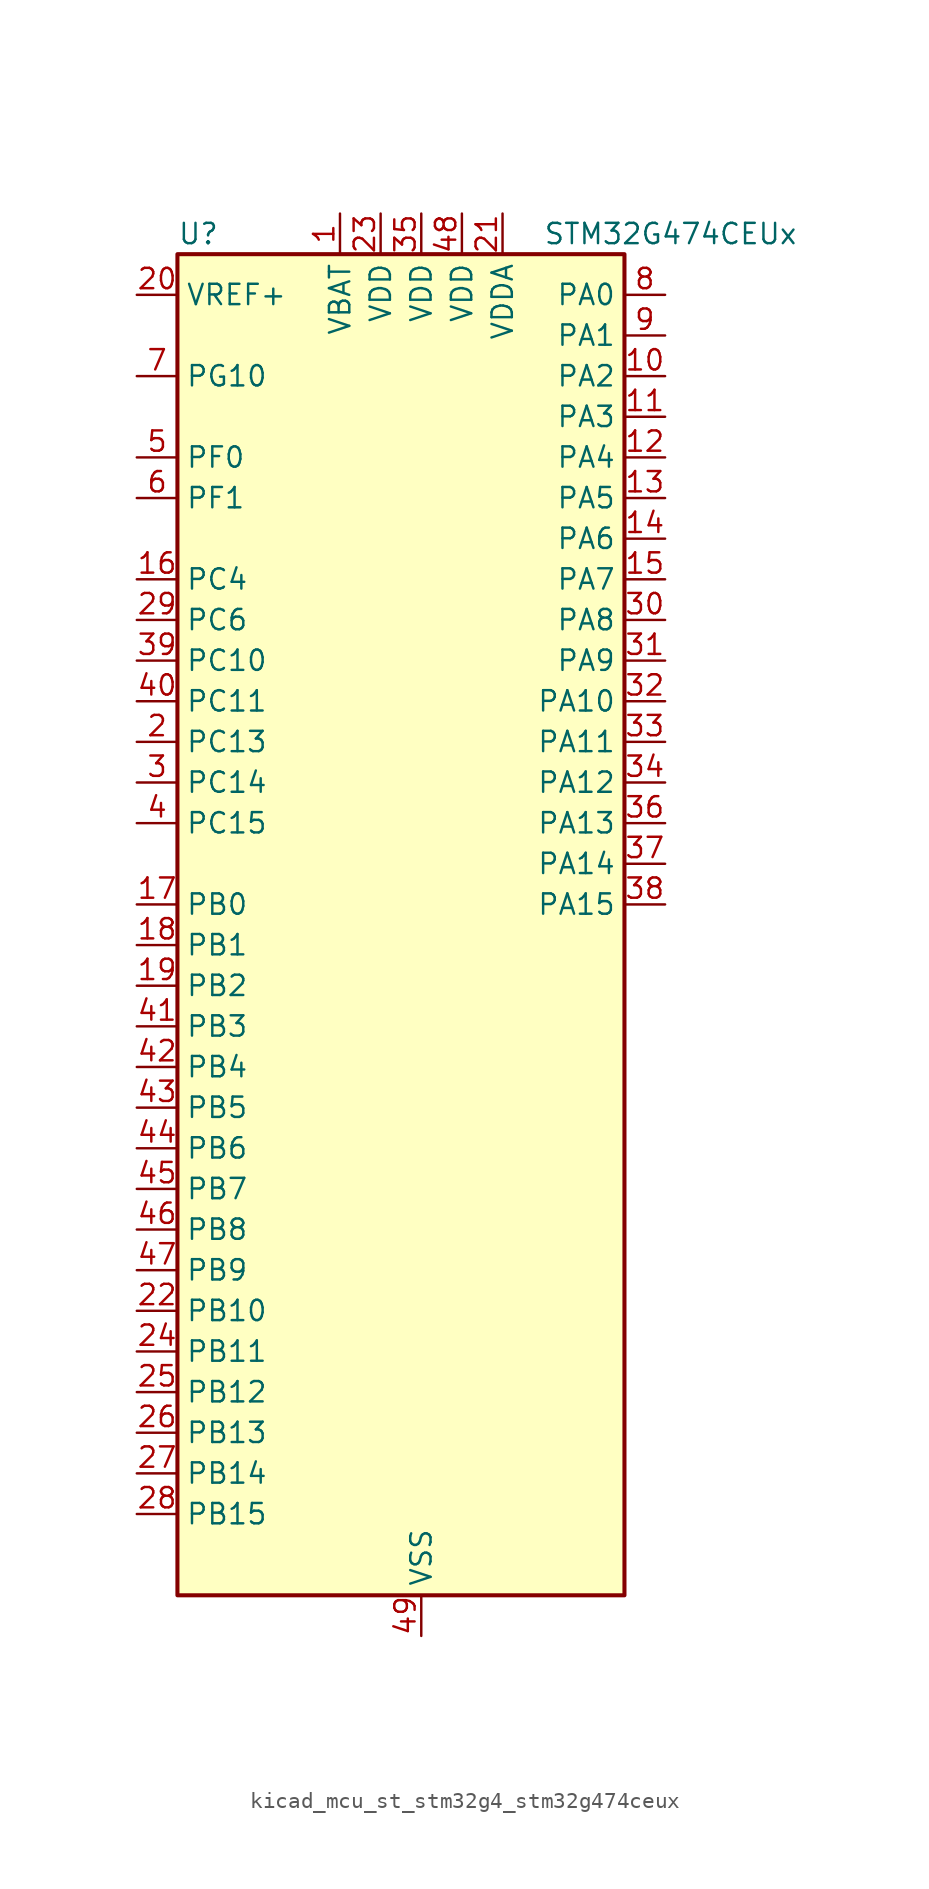
<source format=kicad_sym>
(kicad_symbol_lib
  (version 20220914)
  (generator kicad_symbol_editor)
  (symbol "kicad_mcu_st_stm32g4_stm32g474ceux"
    (property "Reference" "U"
      (at -12.7 44.45 0)
      (effects (font (size 1.27 1.27)) (justify left)))
    (property "Value" "STM32G474CEUx"
      (at 10.16 44.45 0)
      (effects (font (size 1.27 1.27)) (justify left)))
    (property "ki_locked" ""
      (at 0 0 0)
      (effects (font (size 1.27 1.27))))
    (symbol "kicad_mcu_st_stm32g4_stm32g474ceux_0_1"
      (rectangle (start -12.7 -40.64) (end 15.24 43.18) (stroke (width 0.254) (type default)) (fill (type background))))
    (symbol "kicad_mcu_st_stm32g4_stm32g474ceux_1_1"
      (pin power_in line (at -2.54 45.72 270) (length 2.54) (name "VBAT" (effects (font (size 1.27 1.27)))) (number "1" (effects (font (size 1.27 1.27)))))
      (pin bidirectional line (at 17.78 35.56 180) (length 2.54) (name "PA2" (effects (font (size 1.27 1.27)))) (number "10" (effects (font (size 1.27 1.27)))) (alternate "ADC1_IN3" bidirectional line) (alternate "ADC3_EXTI2" bidirectional line) (alternate "ADC4_EXTI2" bidirectional line) (alternate "ADC5_EXTI2" bidirectional line) (alternate "COMP2_INM" bidirectional line) (alternate "COMP2_OUT" bidirectional line) (alternate "LPUART1_TX" bidirectional line) (alternate "OPAMP1_VOUT" bidirectional line) (alternate "QUADSPI1_BK1_NCS" bidirectional line) (alternate "RCC_LSCO" bidirectional line) (alternate "SYS_WKUP4" bidirectional line) (alternate "TIM15_CH1" bidirectional line) (alternate "TIM2_CH3" bidirectional line) (alternate "TIM5_CH3" bidirectional line) (alternate "UCPD1_FRSTX1" bidirectional line) (alternate "UCPD1_FRSTX2" bidirectional line) (alternate "USART2_TX" bidirectional line))
      (pin bidirectional line (at 17.78 33.02 180) (length 2.54) (name "PA3" (effects (font (size 1.27 1.27)))) (number "11" (effects (font (size 1.27 1.27)))) (alternate "ADC1_IN4" bidirectional line) (alternate "ADC3_EXTI3" bidirectional line) (alternate "ADC4_EXTI3" bidirectional line) (alternate "ADC5_EXTI3" bidirectional line) (alternate "COMP2_INP" bidirectional line) (alternate "LPUART1_RX" bidirectional line) (alternate "OPAMP1_VINM" bidirectional line) (alternate "OPAMP1_VINM0" bidirectional line) (alternate "OPAMP1_VINM_SEC" bidirectional line) (alternate "OPAMP1_VINP" bidirectional line) (alternate "OPAMP1_VINP_SEC" bidirectional line) (alternate "OPAMP5_VINM" bidirectional line) (alternate "OPAMP5_VINM1" bidirectional line) (alternate "OPAMP5_VINM_SEC" bidirectional line) (alternate "QUADSPI1_CLK" bidirectional line) (alternate "SAI1_CK1" bidirectional line) (alternate "SAI1_MCLK_A" bidirectional line) (alternate "TIM15_CH2" bidirectional line) (alternate "TIM2_CH4" bidirectional line) (alternate "TIM5_CH4" bidirectional line) (alternate "USART2_RX" bidirectional line))
      (pin bidirectional line (at 17.78 30.48 180) (length 2.54) (name "PA4" (effects (font (size 1.27 1.27)))) (number "12" (effects (font (size 1.27 1.27)))) (alternate "ADC2_IN17" bidirectional line) (alternate "COMP1_INM" bidirectional line) (alternate "DAC1_OUT1" bidirectional line) (alternate "I2S3_WS" bidirectional line) (alternate "SAI1_FS_B" bidirectional line) (alternate "SPI1_NSS" bidirectional line) (alternate "SPI3_NSS" bidirectional line) (alternate "TIM3_CH2" bidirectional line) (alternate "USART2_CK" bidirectional line))
      (pin bidirectional line (at 17.78 27.94 180) (length 2.54) (name "PA5" (effects (font (size 1.27 1.27)))) (number "13" (effects (font (size 1.27 1.27)))) (alternate "ADC2_IN13" bidirectional line) (alternate "COMP2_INM" bidirectional line) (alternate "DAC1_OUT2" bidirectional line) (alternate "OPAMP2_VINM" bidirectional line) (alternate "OPAMP2_VINM0" bidirectional line) (alternate "OPAMP2_VINM_SEC" bidirectional line) (alternate "SPI1_SCK" bidirectional line) (alternate "TIM2_CH1" bidirectional line) (alternate "TIM2_ETR" bidirectional line) (alternate "UCPD1_FRSTX1" bidirectional line) (alternate "UCPD1_FRSTX2" bidirectional line))
      (pin bidirectional line (at 17.78 25.4 180) (length 2.54) (name "PA6" (effects (font (size 1.27 1.27)))) (number "14" (effects (font (size 1.27 1.27)))) (alternate "ADC2_IN3" bidirectional line) (alternate "COMP1_OUT" bidirectional line) (alternate "DAC2_OUT1" bidirectional line) (alternate "LPUART1_CTS" bidirectional line) (alternate "OPAMP2_VOUT" bidirectional line) (alternate "QUADSPI1_BK1_IO3" bidirectional line) (alternate "SPI1_MISO" bidirectional line) (alternate "TIM16_CH1" bidirectional line) (alternate "TIM1_BKIN" bidirectional line) (alternate "TIM3_CH1" bidirectional line) (alternate "TIM8_BKIN" bidirectional line))
      (pin bidirectional line (at 17.78 22.86 180) (length 2.54) (name "PA7" (effects (font (size 1.27 1.27)))) (number "15" (effects (font (size 1.27 1.27)))) (alternate "ADC2_IN4" bidirectional line) (alternate "COMP2_INP" bidirectional line) (alternate "COMP2_OUT" bidirectional line) (alternate "OPAMP1_VINP" bidirectional line) (alternate "OPAMP1_VINP_SEC" bidirectional line) (alternate "OPAMP2_VINP" bidirectional line) (alternate "OPAMP2_VINP_SEC" bidirectional line) (alternate "QUADSPI1_BK1_IO2" bidirectional line) (alternate "SPI1_MOSI" bidirectional line) (alternate "TIM17_CH1" bidirectional line) (alternate "TIM1_CH1N" bidirectional line) (alternate "TIM3_CH2" bidirectional line) (alternate "TIM8_CH1N" bidirectional line) (alternate "UCPD1_FRSTX1" bidirectional line) (alternate "UCPD1_FRSTX2" bidirectional line))
      (pin bidirectional line (at -15.24 22.86 0) (length 2.54) (name "PC4" (effects (font (size 1.27 1.27)))) (number "16" (effects (font (size 1.27 1.27)))) (alternate "ADC2_IN5" bidirectional line) (alternate "I2C2_SCL" bidirectional line) (alternate "QUADSPI1_BK2_IO3" bidirectional line) (alternate "TIM1_ETR" bidirectional line) (alternate "USART1_TX" bidirectional line))
      (pin bidirectional line (at -15.24 2.54 0) (length 2.54) (name "PB0" (effects (font (size 1.27 1.27)))) (number "17" (effects (font (size 1.27 1.27)))) (alternate "ADC1_IN15" bidirectional line) (alternate "ADC3_IN12" bidirectional line) (alternate "COMP4_INP" bidirectional line) (alternate "HRTIM1_FLT5" bidirectional line) (alternate "OPAMP2_VINP" bidirectional line) (alternate "OPAMP2_VINP_SEC" bidirectional line) (alternate "OPAMP3_VINP" bidirectional line) (alternate "OPAMP3_VINP_SEC" bidirectional line) (alternate "QUADSPI1_BK1_IO1" bidirectional line) (alternate "TIM1_CH2N" bidirectional line) (alternate "TIM3_CH3" bidirectional line) (alternate "TIM8_CH2N" bidirectional line) (alternate "UCPD1_FRSTX1" bidirectional line) (alternate "UCPD1_FRSTX2" bidirectional line))
      (pin bidirectional line (at -15.24 0 0) (length 2.54) (name "PB1" (effects (font (size 1.27 1.27)))) (number "18" (effects (font (size 1.27 1.27)))) (alternate "ADC1_IN12" bidirectional line) (alternate "ADC3_IN1" bidirectional line) (alternate "COMP1_INP" bidirectional line) (alternate "COMP4_OUT" bidirectional line) (alternate "HRTIM1_SCOUT" bidirectional line) (alternate "LPUART1_DE" bidirectional line) (alternate "LPUART1_RTS" bidirectional line) (alternate "OPAMP3_VOUT" bidirectional line) (alternate "OPAMP6_VINM" bidirectional line) (alternate "OPAMP6_VINM1" bidirectional line) (alternate "OPAMP6_VINM_SEC" bidirectional line) (alternate "QUADSPI1_BK1_IO0" bidirectional line) (alternate "TIM1_CH3N" bidirectional line) (alternate "TIM3_CH4" bidirectional line) (alternate "TIM8_CH3N" bidirectional line))
      (pin bidirectional line (at -15.24 -2.54 0) (length 2.54) (name "PB2" (effects (font (size 1.27 1.27)))) (number "19" (effects (font (size 1.27 1.27)))) (alternate "ADC2_IN12" bidirectional line) (alternate "ADC3_EXTI2" bidirectional line) (alternate "ADC4_EXTI2" bidirectional line) (alternate "ADC5_EXTI2" bidirectional line) (alternate "COMP4_INM" bidirectional line) (alternate "HRTIM1_SCIN" bidirectional line) (alternate "I2C3_SMBA" bidirectional line) (alternate "LPTIM1_OUT" bidirectional line) (alternate "OPAMP3_VINM" bidirectional line) (alternate "OPAMP3_VINM0" bidirectional line) (alternate "OPAMP3_VINM_SEC" bidirectional line) (alternate "QUADSPI1_BK2_IO1" bidirectional line) (alternate "RTC_OUT2" bidirectional line) (alternate "TIM20_CH1" bidirectional line) (alternate "TIM5_CH1" bidirectional line))
      (pin bidirectional line (at -15.24 12.7 0) (length 2.54) (name "PC13" (effects (font (size 1.27 1.27)))) (number "2" (effects (font (size 1.27 1.27)))) (alternate "RTC_OUT1" bidirectional line) (alternate "RTC_TAMP1" bidirectional line) (alternate "RTC_TS" bidirectional line) (alternate "SYS_WKUP2" bidirectional line) (alternate "TIM1_BKIN" bidirectional line) (alternate "TIM1_CH1N" bidirectional line) (alternate "TIM8_CH4N" bidirectional line))
      (pin input line (at -15.24 40.64 0) (length 2.54) (name "VREF+" (effects (font (size 1.27 1.27)))) (number "20" (effects (font (size 1.27 1.27)))) (alternate "VREFBUF_OUT" bidirectional line))
      (pin power_in line (at 7.62 45.72 270) (length 2.54) (name "VDDA" (effects (font (size 1.27 1.27)))) (number "21" (effects (font (size 1.27 1.27)))))
      (pin bidirectional line (at -15.24 -22.86 0) (length 2.54) (name "PB10" (effects (font (size 1.27 1.27)))) (number "22" (effects (font (size 1.27 1.27)))) (alternate "COMP5_INM" bidirectional line) (alternate "DAC1_EXTI10" bidirectional line) (alternate "DAC2_EXTI10" bidirectional line) (alternate "DAC3_EXTI10" bidirectional line) (alternate "DAC4_EXTI10" bidirectional line) (alternate "HRTIM1_FLT3" bidirectional line) (alternate "LPUART1_RX" bidirectional line) (alternate "OPAMP3_VINM" bidirectional line) (alternate "OPAMP3_VINM1" bidirectional line) (alternate "OPAMP3_VINM_SEC" bidirectional line) (alternate "OPAMP4_VINM" bidirectional line) (alternate "OPAMP4_VINM0" bidirectional line) (alternate "OPAMP4_VINM_SEC" bidirectional line) (alternate "QUADSPI1_CLK" bidirectional line) (alternate "SAI1_SCK_A" bidirectional line) (alternate "TIM1_BKIN" bidirectional line) (alternate "TIM2_CH3" bidirectional line) (alternate "USART3_TX" bidirectional line))
      (pin power_in line (at 0 45.72 270) (length 2.54) (name "VDD" (effects (font (size 1.27 1.27)))) (number "23" (effects (font (size 1.27 1.27)))))
      (pin bidirectional line (at -15.24 -25.4 0) (length 2.54) (name "PB11" (effects (font (size 1.27 1.27)))) (number "24" (effects (font (size 1.27 1.27)))) (alternate "ADC1_EXTI11" bidirectional line) (alternate "ADC1_IN14" bidirectional line) (alternate "ADC2_EXTI11" bidirectional line) (alternate "ADC2_IN14" bidirectional line) (alternate "COMP6_INP" bidirectional line) (alternate "HRTIM1_FLT4" bidirectional line) (alternate "LPUART1_TX" bidirectional line) (alternate "OPAMP4_VINP" bidirectional line) (alternate "OPAMP4_VINP_SEC" bidirectional line) (alternate "OPAMP6_VOUT" bidirectional line) (alternate "QUADSPI1_BK1_NCS" bidirectional line) (alternate "TIM2_CH4" bidirectional line) (alternate "USART3_RX" bidirectional line))
      (pin bidirectional line (at -15.24 -27.94 0) (length 2.54) (name "PB12" (effects (font (size 1.27 1.27)))) (number "25" (effects (font (size 1.27 1.27)))) (alternate "ADC1_IN11" bidirectional line) (alternate "ADC4_IN3" bidirectional line) (alternate "COMP7_INM" bidirectional line) (alternate "FDCAN2_RX" bidirectional line) (alternate "HRTIM1_CHC1" bidirectional line) (alternate "I2C2_SMBA" bidirectional line) (alternate "I2S2_WS" bidirectional line) (alternate "LPUART1_DE" bidirectional line) (alternate "LPUART1_RTS" bidirectional line) (alternate "OPAMP4_VOUT" bidirectional line) (alternate "OPAMP6_VINP" bidirectional line) (alternate "OPAMP6_VINP_SEC" bidirectional line) (alternate "SPI2_NSS" bidirectional line) (alternate "TIM1_BKIN" bidirectional line) (alternate "TIM5_ETR" bidirectional line) (alternate "USART3_CK" bidirectional line))
      (pin bidirectional line (at -15.24 -30.48 0) (length 2.54) (name "PB13" (effects (font (size 1.27 1.27)))) (number "26" (effects (font (size 1.27 1.27)))) (alternate "ADC3_IN5" bidirectional line) (alternate "COMP5_INP" bidirectional line) (alternate "FDCAN2_TX" bidirectional line) (alternate "HRTIM1_CHC2" bidirectional line) (alternate "I2S2_CK" bidirectional line) (alternate "LPUART1_CTS" bidirectional line) (alternate "OPAMP3_VINP" bidirectional line) (alternate "OPAMP3_VINP_SEC" bidirectional line) (alternate "OPAMP4_VINP" bidirectional line) (alternate "OPAMP4_VINP_SEC" bidirectional line) (alternate "OPAMP6_VINP" bidirectional line) (alternate "OPAMP6_VINP_SEC" bidirectional line) (alternate "SPI2_SCK" bidirectional line) (alternate "TIM1_CH1N" bidirectional line) (alternate "USART3_CTS" bidirectional line) (alternate "USART3_NSS" bidirectional line))
      (pin bidirectional line (at -15.24 -33.02 0) (length 2.54) (name "PB14" (effects (font (size 1.27 1.27)))) (number "27" (effects (font (size 1.27 1.27)))) (alternate "ADC1_IN5" bidirectional line) (alternate "ADC4_IN4" bidirectional line) (alternate "COMP4_OUT" bidirectional line) (alternate "COMP7_INP" bidirectional line) (alternate "HRTIM1_CHD1" bidirectional line) (alternate "OPAMP2_VINP" bidirectional line) (alternate "OPAMP2_VINP_SEC" bidirectional line) (alternate "OPAMP5_VINP" bidirectional line) (alternate "OPAMP5_VINP_SEC" bidirectional line) (alternate "SPI2_MISO" bidirectional line) (alternate "TIM15_CH1" bidirectional line) (alternate "TIM1_CH2N" bidirectional line) (alternate "USART3_DE" bidirectional line) (alternate "USART3_RTS" bidirectional line))
      (pin bidirectional line (at -15.24 -35.56 0) (length 2.54) (name "PB15" (effects (font (size 1.27 1.27)))) (number "28" (effects (font (size 1.27 1.27)))) (alternate "ADC1_EXTI15" bidirectional line) (alternate "ADC2_EXTI15" bidirectional line) (alternate "ADC2_IN15" bidirectional line) (alternate "ADC4_IN5" bidirectional line) (alternate "COMP3_OUT" bidirectional line) (alternate "COMP6_INM" bidirectional line) (alternate "HRTIM1_CHD2" bidirectional line) (alternate "I2S2_SD" bidirectional line) (alternate "OPAMP5_VINM" bidirectional line) (alternate "OPAMP5_VINM0" bidirectional line) (alternate "OPAMP5_VINM_SEC" bidirectional line) (alternate "RTC_REFIN" bidirectional line) (alternate "SPI2_MOSI" bidirectional line) (alternate "TIM15_CH1N" bidirectional line) (alternate "TIM15_CH2" bidirectional line) (alternate "TIM1_CH3N" bidirectional line))
      (pin bidirectional line (at -15.24 20.32 0) (length 2.54) (name "PC6" (effects (font (size 1.27 1.27)))) (number "29" (effects (font (size 1.27 1.27)))) (alternate "COMP6_OUT" bidirectional line) (alternate "HRTIM1_CHF1" bidirectional line) (alternate "HRTIM1_EEV10" bidirectional line) (alternate "I2C4_SCL" bidirectional line) (alternate "I2S2_MCK" bidirectional line) (alternate "TIM3_CH1" bidirectional line) (alternate "TIM8_CH1" bidirectional line))
      (pin bidirectional line (at -15.24 10.16 0) (length 2.54) (name "PC14" (effects (font (size 1.27 1.27)))) (number "3" (effects (font (size 1.27 1.27)))) (alternate "RCC_OSC32_IN" bidirectional line))
      (pin bidirectional line (at 17.78 20.32 180) (length 2.54) (name "PA8" (effects (font (size 1.27 1.27)))) (number "30" (effects (font (size 1.27 1.27)))) (alternate "ADC5_IN1" bidirectional line) (alternate "COMP7_OUT" bidirectional line) (alternate "FDCAN3_RX" bidirectional line) (alternate "HRTIM1_CHA1" bidirectional line) (alternate "I2C2_SDA" bidirectional line) (alternate "I2C3_SCL" bidirectional line) (alternate "I2S2_MCK" bidirectional line) (alternate "OPAMP5_VOUT" bidirectional line) (alternate "RCC_MCO" bidirectional line) (alternate "SAI1_CK2" bidirectional line) (alternate "SAI1_SCK_A" bidirectional line) (alternate "TIM1_CH1" bidirectional line) (alternate "TIM4_ETR" bidirectional line) (alternate "USART1_CK" bidirectional line))
      (pin bidirectional line (at 17.78 17.78 180) (length 2.54) (name "PA9" (effects (font (size 1.27 1.27)))) (number "31" (effects (font (size 1.27 1.27)))) (alternate "ADC5_IN2" bidirectional line) (alternate "COMP5_OUT" bidirectional line) (alternate "DAC1_EXTI9" bidirectional line) (alternate "DAC2_EXTI9" bidirectional line) (alternate "DAC3_EXTI9" bidirectional line) (alternate "DAC4_EXTI9" bidirectional line) (alternate "HRTIM1_CHA2" bidirectional line) (alternate "I2C2_SCL" bidirectional line) (alternate "I2C3_SMBA" bidirectional line) (alternate "I2S3_MCK" bidirectional line) (alternate "SAI1_FS_A" bidirectional line) (alternate "TIM15_BKIN" bidirectional line) (alternate "TIM1_CH2" bidirectional line) (alternate "TIM2_CH3" bidirectional line) (alternate "UCPD1_DBCC1" bidirectional line) (alternate "USART1_TX" bidirectional line))
      (pin bidirectional line (at 17.78 15.24 180) (length 2.54) (name "PA10" (effects (font (size 1.27 1.27)))) (number "32" (effects (font (size 1.27 1.27)))) (alternate "COMP6_OUT" bidirectional line) (alternate "CRS_SYNC" bidirectional line) (alternate "DAC1_EXTI10" bidirectional line) (alternate "DAC2_EXTI10" bidirectional line) (alternate "DAC3_EXTI10" bidirectional line) (alternate "DAC4_EXTI10" bidirectional line) (alternate "HRTIM1_CHB1" bidirectional line) (alternate "I2C2_SMBA" bidirectional line) (alternate "SAI1_D1" bidirectional line) (alternate "SAI1_SD_A" bidirectional line) (alternate "SPI2_MISO" bidirectional line) (alternate "TIM17_BKIN" bidirectional line) (alternate "TIM1_CH3" bidirectional line) (alternate "TIM2_CH4" bidirectional line) (alternate "TIM8_BKIN" bidirectional line) (alternate "UCPD1_DBCC2" bidirectional line) (alternate "USART1_RX" bidirectional line))
      (pin bidirectional line (at 17.78 12.7 180) (length 2.54) (name "PA11" (effects (font (size 1.27 1.27)))) (number "33" (effects (font (size 1.27 1.27)))) (alternate "ADC1_EXTI11" bidirectional line) (alternate "ADC2_EXTI11" bidirectional line) (alternate "COMP1_OUT" bidirectional line) (alternate "FDCAN1_RX" bidirectional line) (alternate "HRTIM1_CHB2" bidirectional line) (alternate "I2S2_SD" bidirectional line) (alternate "SPI2_MOSI" bidirectional line) (alternate "TIM1_BKIN2" bidirectional line) (alternate "TIM1_CH1N" bidirectional line) (alternate "TIM1_CH4" bidirectional line) (alternate "TIM4_CH1" bidirectional line) (alternate "USART1_CTS" bidirectional line) (alternate "USART1_NSS" bidirectional line) (alternate "USB_DM" bidirectional line))
      (pin bidirectional line (at 17.78 10.16 180) (length 2.54) (name "PA12" (effects (font (size 1.27 1.27)))) (number "34" (effects (font (size 1.27 1.27)))) (alternate "COMP2_OUT" bidirectional line) (alternate "FDCAN1_TX" bidirectional line) (alternate "HRTIM1_FLT1" bidirectional line) (alternate "I2S_CKIN" bidirectional line) (alternate "TIM16_CH1" bidirectional line) (alternate "TIM1_CH2N" bidirectional line) (alternate "TIM1_ETR" bidirectional line) (alternate "TIM4_CH2" bidirectional line) (alternate "USART1_DE" bidirectional line) (alternate "USART1_RTS" bidirectional line) (alternate "USB_DP" bidirectional line))
      (pin power_in line (at 2.54 45.72 270) (length 2.54) (name "VDD" (effects (font (size 1.27 1.27)))) (number "35" (effects (font (size 1.27 1.27)))))
      (pin bidirectional line (at 17.78 7.62 180) (length 2.54) (name "PA13" (effects (font (size 1.27 1.27)))) (number "36" (effects (font (size 1.27 1.27)))) (alternate "I2C1_SCL" bidirectional line) (alternate "I2C4_SCL" bidirectional line) (alternate "IR_OUT" bidirectional line) (alternate "SAI1_SD_B" bidirectional line) (alternate "SYS_JTMS-SWDIO" bidirectional line) (alternate "TIM16_CH1N" bidirectional line) (alternate "TIM4_CH3" bidirectional line) (alternate "USART3_CTS" bidirectional line) (alternate "USART3_NSS" bidirectional line))
      (pin bidirectional line (at 17.78 5.08 180) (length 2.54) (name "PA14" (effects (font (size 1.27 1.27)))) (number "37" (effects (font (size 1.27 1.27)))) (alternate "I2C1_SDA" bidirectional line) (alternate "I2C4_SMBA" bidirectional line) (alternate "LPTIM1_OUT" bidirectional line) (alternate "SAI1_FS_B" bidirectional line) (alternate "SYS_JTCK-SWCLK" bidirectional line) (alternate "TIM1_BKIN" bidirectional line) (alternate "TIM8_CH2" bidirectional line) (alternate "USART2_TX" bidirectional line))
      (pin bidirectional line (at 17.78 2.54 180) (length 2.54) (name "PA15" (effects (font (size 1.27 1.27)))) (number "38" (effects (font (size 1.27 1.27)))) (alternate "ADC1_EXTI15" bidirectional line) (alternate "ADC2_EXTI15" bidirectional line) (alternate "FDCAN3_TX" bidirectional line) (alternate "HRTIM1_FLT2" bidirectional line) (alternate "I2C1_SCL" bidirectional line) (alternate "I2S3_WS" bidirectional line) (alternate "SPI1_NSS" bidirectional line) (alternate "SPI3_NSS" bidirectional line) (alternate "SYS_JTDI" bidirectional line) (alternate "TIM1_BKIN" bidirectional line) (alternate "TIM2_CH1" bidirectional line) (alternate "TIM2_ETR" bidirectional line) (alternate "TIM8_CH1" bidirectional line) (alternate "UART4_DE" bidirectional line) (alternate "UART4_RTS" bidirectional line) (alternate "USART2_RX" bidirectional line))
      (pin bidirectional line (at -15.24 17.78 0) (length 2.54) (name "PC10" (effects (font (size 1.27 1.27)))) (number "39" (effects (font (size 1.27 1.27)))) (alternate "DAC1_EXTI10" bidirectional line) (alternate "DAC2_EXTI10" bidirectional line) (alternate "DAC3_EXTI10" bidirectional line) (alternate "DAC4_EXTI10" bidirectional line) (alternate "HRTIM1_FLT6" bidirectional line) (alternate "I2S3_CK" bidirectional line) (alternate "SPI3_SCK" bidirectional line) (alternate "TIM8_CH1N" bidirectional line) (alternate "UART4_TX" bidirectional line) (alternate "USART3_TX" bidirectional line))
      (pin bidirectional line (at -15.24 7.62 0) (length 2.54) (name "PC15" (effects (font (size 1.27 1.27)))) (number "4" (effects (font (size 1.27 1.27)))) (alternate "ADC1_EXTI15" bidirectional line) (alternate "ADC2_EXTI15" bidirectional line) (alternate "RCC_OSC32_OUT" bidirectional line))
      (pin bidirectional line (at -15.24 15.24 0) (length 2.54) (name "PC11" (effects (font (size 1.27 1.27)))) (number "40" (effects (font (size 1.27 1.27)))) (alternate "ADC1_EXTI11" bidirectional line) (alternate "ADC2_EXTI11" bidirectional line) (alternate "HRTIM1_EEV2" bidirectional line) (alternate "I2C3_SDA" bidirectional line) (alternate "SPI3_MISO" bidirectional line) (alternate "TIM8_CH2N" bidirectional line) (alternate "UART4_RX" bidirectional line) (alternate "USART3_RX" bidirectional line))
      (pin bidirectional line (at -15.24 -5.08 0) (length 2.54) (name "PB3" (effects (font (size 1.27 1.27)))) (number "41" (effects (font (size 1.27 1.27)))) (alternate "ADC3_EXTI3" bidirectional line) (alternate "ADC4_EXTI3" bidirectional line) (alternate "ADC5_EXTI3" bidirectional line) (alternate "CRS_SYNC" bidirectional line) (alternate "FDCAN3_RX" bidirectional line) (alternate "HRTIM1_EEV9" bidirectional line) (alternate "HRTIM1_SCOUT" bidirectional line) (alternate "I2S3_CK" bidirectional line) (alternate "SAI1_SCK_B" bidirectional line) (alternate "SPI1_SCK" bidirectional line) (alternate "SPI3_SCK" bidirectional line) (alternate "SYS_JTDO-SWO" bidirectional line) (alternate "TIM2_CH2" bidirectional line) (alternate "TIM3_ETR" bidirectional line) (alternate "TIM4_ETR" bidirectional line) (alternate "TIM8_CH1N" bidirectional line) (alternate "USART2_TX" bidirectional line))
      (pin bidirectional line (at -15.24 -7.62 0) (length 2.54) (name "PB4" (effects (font (size 1.27 1.27)))) (number "42" (effects (font (size 1.27 1.27)))) (alternate "FDCAN3_TX" bidirectional line) (alternate "HRTIM1_EEV7" bidirectional line) (alternate "SAI1_MCLK_B" bidirectional line) (alternate "SPI1_MISO" bidirectional line) (alternate "SPI3_MISO" bidirectional line) (alternate "SYS_JTRST" bidirectional line) (alternate "TIM16_CH1" bidirectional line) (alternate "TIM17_BKIN" bidirectional line) (alternate "TIM3_CH1" bidirectional line) (alternate "TIM8_CH2N" bidirectional line) (alternate "UCPD1_CC2" bidirectional line) (alternate "USART2_RX" bidirectional line))
      (pin bidirectional line (at -15.24 -10.16 0) (length 2.54) (name "PB5" (effects (font (size 1.27 1.27)))) (number "43" (effects (font (size 1.27 1.27)))) (alternate "FDCAN2_RX" bidirectional line) (alternate "HRTIM1_EEV6" bidirectional line) (alternate "I2C1_SMBA" bidirectional line) (alternate "I2C3_SDA" bidirectional line) (alternate "I2S3_SD" bidirectional line) (alternate "LPTIM1_IN1" bidirectional line) (alternate "SAI1_SD_B" bidirectional line) (alternate "SPI1_MOSI" bidirectional line) (alternate "SPI3_MOSI" bidirectional line) (alternate "TIM16_BKIN" bidirectional line) (alternate "TIM17_CH1" bidirectional line) (alternate "TIM3_CH2" bidirectional line) (alternate "TIM8_CH3N" bidirectional line) (alternate "USART2_CK" bidirectional line))
      (pin bidirectional line (at -15.24 -12.7 0) (length 2.54) (name "PB6" (effects (font (size 1.27 1.27)))) (number "44" (effects (font (size 1.27 1.27)))) (alternate "COMP4_OUT" bidirectional line) (alternate "FDCAN2_TX" bidirectional line) (alternate "HRTIM1_EEV4" bidirectional line) (alternate "HRTIM1_SCIN" bidirectional line) (alternate "LPTIM1_ETR" bidirectional line) (alternate "SAI1_FS_B" bidirectional line) (alternate "TIM16_CH1N" bidirectional line) (alternate "TIM4_CH1" bidirectional line) (alternate "TIM8_BKIN2" bidirectional line) (alternate "TIM8_CH1" bidirectional line) (alternate "TIM8_ETR" bidirectional line) (alternate "UCPD1_CC1" bidirectional line) (alternate "USART1_TX" bidirectional line))
      (pin bidirectional line (at -15.24 -15.24 0) (length 2.54) (name "PB7" (effects (font (size 1.27 1.27)))) (number "45" (effects (font (size 1.27 1.27)))) (alternate "COMP3_OUT" bidirectional line) (alternate "HRTIM1_EEV3" bidirectional line) (alternate "I2C1_SDA" bidirectional line) (alternate "I2C4_SDA" bidirectional line) (alternate "LPTIM1_IN2" bidirectional line) (alternate "SYS_PVD_IN" bidirectional line) (alternate "TIM17_CH1N" bidirectional line) (alternate "TIM3_CH4" bidirectional line) (alternate "TIM4_CH2" bidirectional line) (alternate "TIM8_BKIN" bidirectional line) (alternate "UART4_CTS" bidirectional line) (alternate "USART1_RX" bidirectional line))
      (pin bidirectional line (at -15.24 -17.78 0) (length 2.54) (name "PB8" (effects (font (size 1.27 1.27)))) (number "46" (effects (font (size 1.27 1.27)))) (alternate "COMP1_OUT" bidirectional line) (alternate "FDCAN1_RX" bidirectional line) (alternate "HRTIM1_EEV8" bidirectional line) (alternate "I2C1_SCL" bidirectional line) (alternate "SAI1_CK1" bidirectional line) (alternate "SAI1_MCLK_A" bidirectional line) (alternate "TIM16_CH1" bidirectional line) (alternate "TIM1_BKIN" bidirectional line) (alternate "TIM4_CH3" bidirectional line) (alternate "TIM8_CH2" bidirectional line) (alternate "USART3_RX" bidirectional line))
      (pin bidirectional line (at -15.24 -20.32 0) (length 2.54) (name "PB9" (effects (font (size 1.27 1.27)))) (number "47" (effects (font (size 1.27 1.27)))) (alternate "COMP2_OUT" bidirectional line) (alternate "DAC1_EXTI9" bidirectional line) (alternate "DAC2_EXTI9" bidirectional line) (alternate "DAC3_EXTI9" bidirectional line) (alternate "DAC4_EXTI9" bidirectional line) (alternate "FDCAN1_TX" bidirectional line) (alternate "HRTIM1_EEV5" bidirectional line) (alternate "I2C1_SDA" bidirectional line) (alternate "IR_OUT" bidirectional line) (alternate "SAI1_D2" bidirectional line) (alternate "SAI1_FS_A" bidirectional line) (alternate "TIM17_CH1" bidirectional line) (alternate "TIM1_CH3N" bidirectional line) (alternate "TIM4_CH4" bidirectional line) (alternate "TIM8_CH3" bidirectional line) (alternate "USART3_TX" bidirectional line))
      (pin power_in line (at 5.08 45.72 270) (length 2.54) (name "VDD" (effects (font (size 1.27 1.27)))) (number "48" (effects (font (size 1.27 1.27)))))
      (pin power_in line (at 2.54 -43.18 90) (length 2.54) (name "VSS" (effects (font (size 1.27 1.27)))) (number "49" (effects (font (size 1.27 1.27)))))
      (pin bidirectional line (at -15.24 30.48 0) (length 2.54) (name "PF0" (effects (font (size 1.27 1.27)))) (number "5" (effects (font (size 1.27 1.27)))) (alternate "ADC1_IN10" bidirectional line) (alternate "I2C2_SDA" bidirectional line) (alternate "I2S2_WS" bidirectional line) (alternate "RCC_OSC_IN" bidirectional line) (alternate "SPI2_NSS" bidirectional line) (alternate "TIM1_CH3N" bidirectional line))
      (pin bidirectional line (at -15.24 27.94 0) (length 2.54) (name "PF1" (effects (font (size 1.27 1.27)))) (number "6" (effects (font (size 1.27 1.27)))) (alternate "ADC2_IN10" bidirectional line) (alternate "COMP3_INM" bidirectional line) (alternate "I2S2_CK" bidirectional line) (alternate "RCC_OSC_OUT" bidirectional line) (alternate "SPI2_SCK" bidirectional line))
      (pin bidirectional line (at -15.24 35.56 0) (length 2.54) (name "PG10" (effects (font (size 1.27 1.27)))) (number "7" (effects (font (size 1.27 1.27)))) (alternate "DAC1_EXTI10" bidirectional line) (alternate "DAC2_EXTI10" bidirectional line) (alternate "DAC3_EXTI10" bidirectional line) (alternate "DAC4_EXTI10" bidirectional line) (alternate "RCC_MCO" bidirectional line))
      (pin bidirectional line (at 17.78 40.64 180) (length 2.54) (name "PA0" (effects (font (size 1.27 1.27)))) (number "8" (effects (font (size 1.27 1.27)))) (alternate "ADC1_IN1" bidirectional line) (alternate "ADC2_IN1" bidirectional line) (alternate "COMP1_INM" bidirectional line) (alternate "COMP1_OUT" bidirectional line) (alternate "COMP3_INP" bidirectional line) (alternate "RTC_TAMP2" bidirectional line) (alternate "SYS_WKUP1" bidirectional line) (alternate "TIM2_CH1" bidirectional line) (alternate "TIM2_ETR" bidirectional line) (alternate "TIM5_CH1" bidirectional line) (alternate "TIM8_BKIN" bidirectional line) (alternate "TIM8_ETR" bidirectional line) (alternate "USART2_CTS" bidirectional line) (alternate "USART2_NSS" bidirectional line))
      (pin bidirectional line (at 17.78 38.1 180) (length 2.54) (name "PA1" (effects (font (size 1.27 1.27)))) (number "9" (effects (font (size 1.27 1.27)))) (alternate "ADC1_IN2" bidirectional line) (alternate "ADC2_IN2" bidirectional line) (alternate "COMP1_INP" bidirectional line) (alternate "OPAMP1_VINP" bidirectional line) (alternate "OPAMP1_VINP_SEC" bidirectional line) (alternate "OPAMP3_VINP" bidirectional line) (alternate "OPAMP3_VINP_SEC" bidirectional line) (alternate "OPAMP6_VINM" bidirectional line) (alternate "OPAMP6_VINM0" bidirectional line) (alternate "OPAMP6_VINM_SEC" bidirectional line) (alternate "RTC_REFIN" bidirectional line) (alternate "TIM15_CH1N" bidirectional line) (alternate "TIM2_CH2" bidirectional line) (alternate "TIM5_CH2" bidirectional line) (alternate "USART2_DE" bidirectional line) (alternate "USART2_RTS" bidirectional line)))))
</source>
